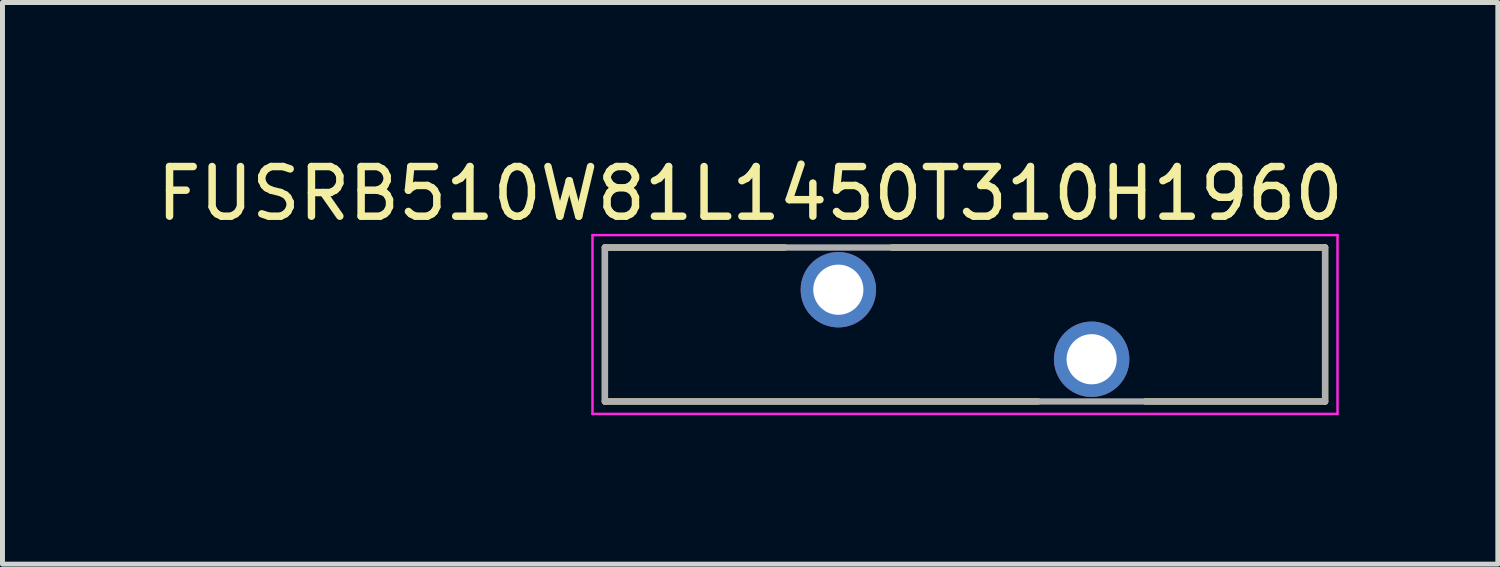
<source format=kicad_pcb>
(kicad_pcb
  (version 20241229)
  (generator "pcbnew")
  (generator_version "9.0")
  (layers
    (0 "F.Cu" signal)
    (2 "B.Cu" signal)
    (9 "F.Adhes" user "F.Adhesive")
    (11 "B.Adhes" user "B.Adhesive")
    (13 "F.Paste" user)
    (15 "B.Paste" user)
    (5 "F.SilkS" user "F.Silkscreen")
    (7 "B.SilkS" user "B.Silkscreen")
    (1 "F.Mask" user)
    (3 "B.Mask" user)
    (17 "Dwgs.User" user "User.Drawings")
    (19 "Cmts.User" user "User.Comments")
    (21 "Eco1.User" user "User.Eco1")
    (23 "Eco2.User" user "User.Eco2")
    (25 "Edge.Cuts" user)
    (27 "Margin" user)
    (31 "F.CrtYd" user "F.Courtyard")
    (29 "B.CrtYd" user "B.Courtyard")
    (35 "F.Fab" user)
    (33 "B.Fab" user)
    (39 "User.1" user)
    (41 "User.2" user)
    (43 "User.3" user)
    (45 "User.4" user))
  (footprint "FUSRB510W81L1450T310H1960"
    (layer "F.Cu")
    (at 16.379 3.483)
    (property "Reference" "FUSRB510W81L1450T310H1960" (at -4.325 -2.635 0) (layer "F.SilkS") (effects (font (size 1 1) (thickness 0.15))))
    (attr through_hole)
    (fp_line (start -7.25 -1.55) (end -3.629 -1.55) (stroke (width 0.127) (type solid)) (layer "F.SilkS"))
    (fp_line (start -7.25 1.55) (end -7.25 -1.55) (stroke (width 0.127) (type solid)) (layer "F.SilkS"))
    (fp_line (start -1.471 -1.55) (end 7.25 -1.55) (stroke (width 0.127) (type solid)) (layer "F.SilkS"))
    (fp_line (start 1.471 1.55) (end -7.25 1.55) (stroke (width 0.127) (type solid)) (layer "F.SilkS"))
    (fp_line (start 7.25 -1.55) (end 7.25 1.55) (stroke (width 0.127) (type solid)) (layer "F.SilkS"))
    (fp_line (start 7.25 1.55) (end 3.629 1.55) (stroke (width 0.127) (type solid)) (layer "F.SilkS"))
    (fp_line (start -7.5 -1.8) (end 7.5 -1.8) (stroke (width 0.05) (type solid)) (layer "F.CrtYd"))
    (fp_line (start -7.5 1.8) (end -7.5 -1.8) (stroke (width 0.05) (type solid)) (layer "F.CrtYd"))
    (fp_line (start 7.5 -1.8) (end 7.5 1.8) (stroke (width 0.05) (type solid)) (layer "F.CrtYd"))
    (fp_line (start 7.5 1.8) (end -7.5 1.8) (stroke (width 0.05) (type solid)) (layer "F.CrtYd"))
    (fp_line (start -7.25 -1.55) (end 7.25 -1.55) (stroke (width 0.127) (type solid)) (layer "F.Fab"))
    (fp_line (start -7.25 1.55) (end -7.25 -1.55) (stroke (width 0.127) (type solid)) (layer "F.Fab"))
    (fp_line (start 7.25 -1.55) (end 7.25 1.55) (stroke (width 0.127) (type solid)) (layer "F.Fab"))
    (fp_line (start 7.25 1.55) (end -7.25 1.55) (stroke (width 0.127) (type solid)) (layer "F.Fab"))
    (pad "1" thru_hole circle (at -2.55 -0.7) (size 1.518 1.518) (drill 1.01) (layers "*.Cu" "*.Mask"))
    (pad "2" thru_hole circle (at 2.55 0.7) (size 1.518 1.518) (drill 1.01) (layers "*.Cu" "*.Mask")))
  (gr_rect
    (start -3 -3)
    (end 27.107 8.308)
    (stroke (width 0.1) (type default))
    (fill no)
    (layer "Edge.Cuts")))
</source>
